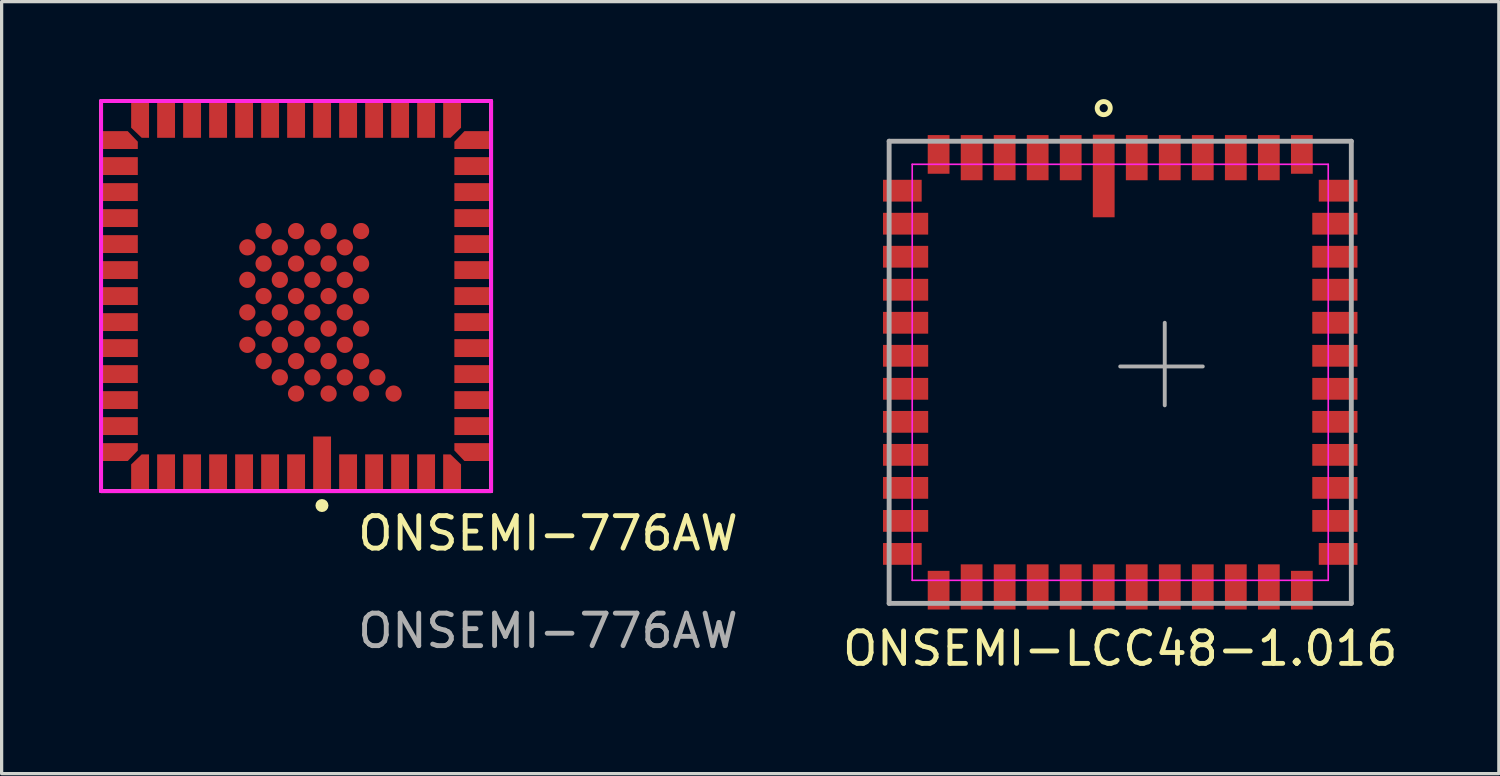
<source format=kicad_pcb>
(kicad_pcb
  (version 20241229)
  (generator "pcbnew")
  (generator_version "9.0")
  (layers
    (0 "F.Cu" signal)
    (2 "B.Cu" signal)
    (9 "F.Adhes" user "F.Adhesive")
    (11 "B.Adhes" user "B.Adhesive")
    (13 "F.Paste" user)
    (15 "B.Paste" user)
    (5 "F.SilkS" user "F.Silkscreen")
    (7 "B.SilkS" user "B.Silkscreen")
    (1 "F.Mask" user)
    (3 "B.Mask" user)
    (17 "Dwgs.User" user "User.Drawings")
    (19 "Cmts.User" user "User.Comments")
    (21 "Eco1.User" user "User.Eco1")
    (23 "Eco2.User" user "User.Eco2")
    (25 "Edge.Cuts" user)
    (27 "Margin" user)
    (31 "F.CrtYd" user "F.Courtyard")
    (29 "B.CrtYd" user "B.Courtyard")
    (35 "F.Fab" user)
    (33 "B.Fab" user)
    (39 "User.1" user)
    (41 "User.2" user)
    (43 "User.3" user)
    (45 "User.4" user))
  (footprint "ONSEMI-776AW"
    (layer "F.Cu")
    (at 6.06 6.06)
    (property "Reference" "ONSEMI-776AW" (at 7.75 7.3 0) (unlocked yes) (layer "F.SilkS") (effects (font (size 1 1) (thickness 0.15))))
    (attr through_hole)
    (fp_line (start -6 -6) (end -6 6) (stroke (width 0.12) (type solid)) (layer "F.SilkS"))
    (fp_line (start 6 -6) (end -6 -6) (stroke (width 0.12) (type solid)) (layer "F.SilkS"))
    (fp_line (start 6 -6) (end 6 6) (stroke (width 0.12) (type solid)) (layer "F.SilkS"))
    (fp_line (start 6 6) (end -6 6) (stroke (width 0.12) (type solid)) (layer "F.SilkS"))
    (fp_circle (center 0.796 6.444) (end 0.896 6.444) (stroke (width 0.2) (type solid)) (fill no) (layer "F.SilkS"))
    (fp_line (start -6 -6) (end -6 6) (stroke (width 0.12) (type solid)) (layer "F.CrtYd"))
    (fp_line (start 6 -6) (end -6 -6) (stroke (width 0.12) (type solid)) (layer "F.CrtYd"))
    (fp_line (start 6 -6) (end 6 6) (stroke (width 0.12) (type solid)) (layer "F.CrtYd"))
    (fp_line (start 6 6) (end -6 6) (stroke (width 0.12) (type solid)) (layer "F.CrtYd"))
    (fp_text user "${REFERENCE}" (at 7.75 10.3 0) (unlocked yes) (layer "F.Fab") (effects (font (size 1 1) (thickness 0.15))))
    (pad "1" smd rect (at 0.8 5.16) (size 0.55 1.68) (layers "F.Cu" "F.Mask" "F.Paste"))
    (pad "2" smd rect (at 1.6 5.435) (size 0.55 1.13) (layers "F.Cu" "F.Mask" "F.Paste"))
    (pad "3" smd rect (at 2.4 5.435) (size 0.55 1.13) (layers "F.Cu" "F.Mask" "F.Paste"))
    (pad "4" smd rect (at 3.2 5.435) (size 0.55 1.13) (layers "F.Cu" "F.Mask" "F.Paste"))
    (pad "5" smd rect (at 4 5.435) (size 0.55 1.13) (layers "F.Cu" "F.Mask" "F.Paste"))
    (pad "6" smd custom (at 4.8 5.59 180) (size 0.55 0.82) (layers "F.Cu" "F.Mask" "F.Paste") (options (anchor rect)) (primitives (gr_poly (pts (xy 0.275 0.41) (xy -0.275 0.41) (xy 0.05 0.72) (xy 0.275 0.72)) (width 0) (fill yes))))
    (pad "7" smd custom (at 5.59 4.8 270) (size 0.55 0.82) (layers "F.Cu" "F.Mask" "F.Paste") (options (anchor rect)) (primitives (gr_poly (pts (xy -0.275 0.41) (xy 0.275 0.41) (xy -0.05 0.72) (xy -0.275 0.72)) (width 0) (fill yes))))
    (pad "8" smd rect (at 5.435 4) (size 1.13 0.55) (layers "F.Cu" "F.Mask" "F.Paste"))
    (pad "9" smd rect (at 5.435 3.2) (size 1.13 0.55) (layers "F.Cu" "F.Mask" "F.Paste"))
    (pad "10" smd rect (at 5.435 2.4) (size 1.13 0.55) (layers "F.Cu" "F.Mask" "F.Paste"))
    (pad "11" smd rect (at 5.435 1.6) (size 1.13 0.55) (layers "F.Cu" "F.Mask" "F.Paste"))
    (pad "12" smd rect (at 5.435 0.8) (size 1.13 0.55) (layers "F.Cu" "F.Mask" "F.Paste"))
    (pad "13" smd rect (at 5.435 0) (size 1.13 0.55) (layers "F.Cu" "F.Mask" "F.Paste"))
    (pad "14" smd rect (at 5.435 -0.8) (size 1.13 0.55) (layers "F.Cu" "F.Mask" "F.Paste"))
    (pad "15" smd rect (at 5.435 -1.6) (size 1.13 0.55) (layers "F.Cu" "F.Mask" "F.Paste"))
    (pad "16" smd rect (at 5.435 -2.4) (size 1.13 0.55) (layers "F.Cu" "F.Mask" "F.Paste"))
    (pad "17" smd rect (at 5.435 -3.2) (size 1.13 0.55) (layers "F.Cu" "F.Mask" "F.Paste"))
    (pad "18" smd rect (at 5.435 -4) (size 1.13 0.55) (layers "F.Cu" "F.Mask" "F.Paste"))
    (pad "19" smd custom (at 5.59 -4.8 270) (size 0.55 0.82) (layers "F.Cu" "F.Mask" "F.Paste") (options (anchor rect)) (primitives (gr_poly (pts (xy 0.275 0.41) (xy -0.275 0.41) (xy 0.05 0.72) (xy 0.275 0.72)) (width 0) (fill yes))))
    (pad "20" smd custom (at 4.8 -5.59) (size 0.55 0.82) (layers "F.Cu" "F.Mask" "F.Paste") (options (anchor rect)) (primitives (gr_poly (pts (xy -0.275 0.41) (xy 0.275 0.41) (xy -0.05 0.72) (xy -0.275 0.72)) (width 0) (fill yes))))
    (pad "21" smd rect (at 4 -5.435) (size 0.55 1.13) (layers "F.Cu" "F.Mask" "F.Paste"))
    (pad "22" smd rect (at 3.2 -5.435) (size 0.55 1.13) (layers "F.Cu" "F.Mask" "F.Paste"))
    (pad "23" smd rect (at 2.4 -5.435) (size 0.55 1.13) (layers "F.Cu" "F.Mask" "F.Paste"))
    (pad "24" smd rect (at 1.6 -5.435) (size 0.55 1.13) (layers "F.Cu" "F.Mask" "F.Paste"))
    (pad "25" smd rect (at 0.8 -5.435) (size 0.55 1.13) (layers "F.Cu" "F.Mask" "F.Paste"))
    (pad "26" smd rect (at 0 -5.435) (size 0.55 1.13) (layers "F.Cu" "F.Mask" "F.Paste"))
    (pad "27" smd rect (at -0.8 -5.435) (size 0.55 1.13) (layers "F.Cu" "F.Mask" "F.Paste"))
    (pad "28" smd rect (at -1.6 -5.435) (size 0.55 1.13) (layers "F.Cu" "F.Mask" "F.Paste"))
    (pad "29" smd rect (at -2.4 -5.435) (size 0.55 1.13) (layers "F.Cu" "F.Mask" "F.Paste"))
    (pad "30" smd rect (at -3.2 -5.435) (size 0.55 1.13) (layers "F.Cu" "F.Mask" "F.Paste"))
    (pad "31" smd rect (at -4 -5.435) (size 0.55 1.13) (layers "F.Cu" "F.Mask" "F.Paste"))
    (pad "32" smd custom (at -4.8 -5.59) (size 0.55 0.82) (layers "F.Cu" "F.Mask" "F.Paste") (options (anchor rect)) (primitives (gr_poly (pts (xy 0.275 0.41) (xy -0.275 0.41) (xy 0.05 0.72) (xy 0.275 0.72)) (width 0) (fill yes))))
    (pad "33" smd custom (at -5.59 -4.8 90) (size 0.55 0.82) (layers "F.Cu" "F.Mask" "F.Paste") (options (anchor rect)) (primitives (gr_poly (pts (xy -0.275 0.41) (xy 0.275 0.41) (xy -0.05 0.72) (xy -0.275 0.72)) (width 0) (fill yes))))
    (pad "34" smd rect (at -5.435 -4) (size 1.13 0.55) (layers "F.Cu" "F.Mask" "F.Paste"))
    (pad "35" smd rect (at -5.435 -3.2) (size 1.13 0.55) (layers "F.Cu" "F.Mask" "F.Paste"))
    (pad "36" smd rect (at -5.435 -2.4) (size 1.13 0.55) (layers "F.Cu" "F.Mask" "F.Paste"))
    (pad "37" smd rect (at -5.435 -1.6) (size 1.13 0.55) (layers "F.Cu" "F.Mask" "F.Paste"))
    (pad "38" smd rect (at -5.435 -0.8) (size 1.13 0.55) (layers "F.Cu" "F.Mask" "F.Paste"))
    (pad "39" smd rect (at -5.435 0) (size 1.13 0.55) (layers "F.Cu" "F.Mask" "F.Paste"))
    (pad "40" smd rect (at -5.435 0.8) (size 1.13 0.55) (layers "F.Cu" "F.Mask" "F.Paste"))
    (pad "41" smd rect (at -5.435 1.6) (size 1.13 0.55) (layers "F.Cu" "F.Mask" "F.Paste"))
    (pad "42" smd rect (at -5.435 2.4) (size 1.13 0.55) (layers "F.Cu" "F.Mask" "F.Paste"))
    (pad "43" smd rect (at -5.435 3.2) (size 1.13 0.55) (layers "F.Cu" "F.Mask" "F.Paste"))
    (pad "44" smd rect (at -5.435 4) (size 1.13 0.55) (layers "F.Cu" "F.Mask" "F.Paste"))
    (pad "45" smd custom (at -5.59 4.8 90) (size 0.55 0.82) (layers "F.Cu" "F.Mask" "F.Paste") (options (anchor rect)) (primitives (gr_poly (pts (xy 0.275 0.41) (xy -0.275 0.41) (xy 0.05 0.72) (xy 0.275 0.72)) (width 0) (fill yes))))
    (pad "46" smd custom (at -4.8 5.59 180) (size 0.55 0.82) (layers "F.Cu" "F.Mask" "F.Paste") (options (anchor rect)) (primitives (gr_poly (pts (xy -0.275 0.41) (xy 0.275 0.41) (xy -0.05 0.72) (xy -0.275 0.72)) (width 0) (fill yes))))
    (pad "47" smd rect (at -4 5.435) (size 0.55 1.13) (layers "F.Cu" "F.Mask" "F.Paste"))
    (pad "48" smd rect (at -3.2 5.435) (size 0.55 1.13) (layers "F.Cu" "F.Mask" "F.Paste"))
    (pad "49" smd rect (at -2.4 5.435) (size 0.55 1.13) (layers "F.Cu" "F.Mask" "F.Paste"))
    (pad "50" smd rect (at -1.6 5.435) (size 0.55 1.13) (layers "F.Cu" "F.Mask" "F.Paste"))
    (pad "51" smd rect (at -0.8 5.435) (size 0.55 1.13) (layers "F.Cu" "F.Mask" "F.Paste"))
    (pad "52" smd rect (at 0 5.435) (size 0.55 1.13) (layers "F.Cu" "F.Mask" "F.Paste"))
    (pad "53" smd circle (at -1.5 -1.5) (size 0.5 0.5) (layers "F.Cu" "F.Mask" "F.Paste"))
    (pad "53" smd circle (at -1.5 -0.5) (size 0.5 0.5) (layers "F.Cu" "F.Mask" "F.Paste"))
    (pad "53" smd circle (at -1.5 0.5) (size 0.5 0.5) (layers "F.Cu" "F.Mask" "F.Paste"))
    (pad "53" smd circle (at -1.5 1.5) (size 0.5 0.5) (layers "F.Cu" "F.Mask" "F.Paste"))
    (pad "53" smd circle (at -1 -2) (size 0.5 0.5) (layers "F.Cu" "F.Mask" "F.Paste"))
    (pad "53" smd circle (at -1 -1) (size 0.5 0.5) (layers "F.Cu" "F.Mask" "F.Paste"))
    (pad "53" smd circle (at -1 0) (size 0.5 0.5) (layers "F.Cu" "F.Mask" "F.Paste"))
    (pad "53" smd circle (at -1 1) (size 0.5 0.5) (layers "F.Cu" "F.Mask" "F.Paste"))
    (pad "53" smd circle (at -1 2) (size 0.5 0.5) (layers "F.Cu" "F.Mask" "F.Paste"))
    (pad "53" smd circle (at -0.5 -1.5) (size 0.5 0.5) (layers "F.Cu" "F.Mask" "F.Paste"))
    (pad "53" smd circle (at -0.5 -0.5) (size 0.5 0.5) (layers "F.Cu" "F.Mask" "F.Paste"))
    (pad "53" smd circle (at -0.5 0.5) (size 0.5 0.5) (layers "F.Cu" "F.Mask" "F.Paste"))
    (pad "53" smd circle (at -0.5 1.5) (size 0.5 0.5) (layers "F.Cu" "F.Mask" "F.Paste"))
    (pad "53" smd circle (at -0.5 2.5) (size 0.5 0.5) (layers "F.Cu" "F.Mask" "F.Paste"))
    (pad "53" smd circle (at 0 -2) (size 0.5 0.5) (layers "F.Cu" "F.Mask" "F.Paste"))
    (pad "53" smd circle (at 0 -1) (size 0.5 0.5) (layers "F.Cu" "F.Mask" "F.Paste"))
    (pad "53" smd circle (at 0 0) (size 0.5 0.5) (layers "F.Cu" "F.Mask" "F.Paste"))
    (pad "53" smd circle (at 0 1) (size 0.5 0.5) (layers "F.Cu" "F.Mask" "F.Paste"))
    (pad "53" smd circle (at 0 2) (size 0.5 0.5) (layers "F.Cu" "F.Mask" "F.Paste"))
    (pad "53" smd circle (at 0 3) (size 0.5 0.5) (layers "F.Cu" "F.Mask" "F.Paste"))
    (pad "53" smd circle (at 0.5 -1.5) (size 0.5 0.5) (layers "F.Cu" "F.Mask" "F.Paste"))
    (pad "53" smd circle (at 0.5 -0.5) (size 0.5 0.5) (layers "F.Cu" "F.Mask" "F.Paste"))
    (pad "53" smd circle (at 0.5 0.5) (size 0.5 0.5) (layers "F.Cu" "F.Mask" "F.Paste"))
    (pad "53" smd circle (at 0.5 1.5) (size 0.5 0.5) (layers "F.Cu" "F.Mask" "F.Paste"))
    (pad "53" smd circle (at 0.5 2.5) (size 0.5 0.5) (layers "F.Cu" "F.Mask" "F.Paste"))
    (pad "53" smd circle (at 1 -2) (size 0.5 0.5) (layers "F.Cu" "F.Mask" "F.Paste"))
    (pad "53" smd circle (at 1 -1) (size 0.5 0.5) (layers "F.Cu" "F.Mask" "F.Paste"))
    (pad "53" smd circle (at 1 0) (size 0.5 0.5) (layers "F.Cu" "F.Mask" "F.Paste"))
    (pad "53" smd circle (at 1 1) (size 0.5 0.5) (layers "F.Cu" "F.Mask" "F.Paste"))
    (pad "53" smd circle (at 1 2) (size 0.5 0.5) (layers "F.Cu" "F.Mask" "F.Paste"))
    (pad "53" smd circle (at 1 3) (size 0.5 0.5) (layers "F.Cu" "F.Mask" "F.Paste"))
    (pad "53" smd circle (at 1.5 -1.5) (size 0.5 0.5) (layers "F.Cu" "F.Mask" "F.Paste"))
    (pad "53" smd circle (at 1.5 -0.5) (size 0.5 0.5) (layers "F.Cu" "F.Mask" "F.Paste"))
    (pad "53" smd circle (at 1.5 0.5) (size 0.5 0.5) (layers "F.Cu" "F.Mask" "F.Paste"))
    (pad "53" smd circle (at 1.5 1.5) (size 0.5 0.5) (layers "F.Cu" "F.Mask" "F.Paste"))
    (pad "53" smd circle (at 1.5 2.5) (size 0.5 0.5) (layers "F.Cu" "F.Mask" "F.Paste"))
    (pad "53" smd circle (at 2 -2) (size 0.5 0.5) (layers "F.Cu" "F.Mask" "F.Paste"))
    (pad "53" smd circle (at 2 -1) (size 0.5 0.5) (layers "F.Cu" "F.Mask" "F.Paste"))
    (pad "53" smd circle (at 2 0) (size 0.5 0.5) (layers "F.Cu" "F.Mask" "F.Paste"))
    (pad "53" smd circle (at 2 1) (size 0.5 0.5) (layers "F.Cu" "F.Mask" "F.Paste"))
    (pad "53" smd circle (at 2 2) (size 0.5 0.5) (layers "F.Cu" "F.Mask" "F.Paste"))
    (pad "53" smd circle (at 2 3) (size 0.5 0.5) (layers "F.Cu" "F.Mask" "F.Paste"))
    (pad "53" smd circle (at 2.5 2.5) (size 0.5 0.5) (layers "F.Cu" "F.Mask" "F.Paste"))
    (pad "53" smd circle (at 3 3) (size 0.5 0.5) (layers "F.Cu" "F.Mask" "F.Paste")))
  (footprint "ONSEMI-LCC48-1.016"
    (layer "F.Cu")
    (at 31.417 8.405)
    (property "Reference" "ONSEMI-LCC48-1.016" (at 0 8.5 0) (layer "F.SilkS") (effects (font (size 1 1) (thickness 0.15))))
    (attr smd)
    (fp_circle (center -0.508 -8.128) (end -0.308 -8.1) (stroke (width 0.15) (type solid)) (fill no) (layer "F.SilkS"))
    (fp_line (start -6.4 -6.4) (end 6.4 -6.4) (stroke (width 0.05) (type solid)) (layer "F.CrtYd"))
    (fp_line (start -6.4 6.4) (end -6.4 -6.4) (stroke (width 0.05) (type solid)) (layer "F.CrtYd"))
    (fp_line (start 6.4 -6.4) (end 6.4 6.4) (stroke (width 0.05) (type solid)) (layer "F.CrtYd"))
    (fp_line (start 6.4 6.4) (end -6.4 6.4) (stroke (width 0.05) (type solid)) (layer "F.CrtYd"))
    (fp_line (start -7.11 -7.11) (end -7.11 7.11) (stroke (width 0.15) (type solid)) (layer "F.Fab"))
    (fp_line (start -7.11 -7.11) (end 7.11 -7.11) (stroke (width 0.15) (type solid)) (layer "F.Fab"))
    (fp_line (start -7.11 7.11) (end 7.11 7.11) (stroke (width 0.15) (type solid)) (layer "F.Fab"))
    (fp_line (start 0 -0.18) (end 2.54 -0.18) (stroke (width 0.12) (type solid)) (layer "F.Fab"))
    (fp_line (start 1.37 -1.524) (end 1.37 1.016) (stroke (width 0.12) (type solid)) (layer "F.Fab"))
    (fp_line (start 7.11 7.11) (end 7.11 -7.11) (stroke (width 0.15) (type solid)) (layer "F.Fab"))
    (pad "1" smd rect (at -0.508 -6.04) (size 0.67 2.54) (layers "F.Cu" "F.Mask" "F.Paste"))
    (pad "2" smd rect (at -1.524 -6.604) (size 0.67 1.39) (layers "F.Cu" "F.Mask" "F.Paste"))
    (pad "3" smd rect (at -2.54 -6.604) (size 0.67 1.39) (layers "F.Cu" "F.Mask" "F.Paste"))
    (pad "4" smd rect (at -3.556 -6.604) (size 0.67 1.39) (layers "F.Cu" "F.Mask" "F.Paste"))
    (pad "5" smd rect (at -4.572 -6.604) (size 0.67 1.39) (layers "F.Cu" "F.Mask" "F.Paste"))
    (pad "6" smd rect (at -5.588 -6.704) (size 0.67 1.19) (layers "F.Cu" "F.Mask" "F.Paste"))
    (pad "7" smd rect (at -6.704 -5.588 90) (size 0.67 1.19) (layers "F.Cu" "F.Mask" "F.Paste"))
    (pad "8" smd rect (at -6.604 -4.572 90) (size 0.67 1.39) (layers "F.Cu" "F.Mask" "F.Paste"))
    (pad "9" smd rect (at -6.604 -3.556 90) (size 0.67 1.39) (layers "F.Cu" "F.Mask" "F.Paste"))
    (pad "10" smd rect (at -6.604 -2.54 90) (size 0.67 1.39) (layers "F.Cu" "F.Mask" "F.Paste"))
    (pad "11" smd rect (at -6.604 -1.524 90) (size 0.67 1.39) (layers "F.Cu" "F.Mask" "F.Paste"))
    (pad "12" smd rect (at -6.604 -0.508 90) (size 0.67 1.39) (layers "F.Cu" "F.Mask" "F.Paste"))
    (pad "13" smd rect (at -6.604 0.508 90) (size 0.67 1.39) (layers "F.Cu" "F.Mask" "F.Paste"))
    (pad "14" smd rect (at -6.604 1.524 90) (size 0.67 1.39) (layers "F.Cu" "F.Mask" "F.Paste"))
    (pad "15" smd rect (at -6.604 2.54 90) (size 0.67 1.39) (layers "F.Cu" "F.Mask" "F.Paste"))
    (pad "16" smd rect (at -6.604 3.556 90) (size 0.67 1.39) (layers "F.Cu" "F.Mask" "F.Paste"))
    (pad "17" smd rect (at -6.604 4.572 90) (size 0.67 1.39) (layers "F.Cu" "F.Mask" "F.Paste"))
    (pad "18" smd rect (at -6.704 5.588 90) (size 0.67 1.19) (layers "F.Cu" "F.Mask" "F.Paste"))
    (pad "19" smd rect (at -5.588 6.704 180) (size 0.67 1.19) (layers "F.Cu" "F.Mask" "F.Paste"))
    (pad "20" smd rect (at -4.572 6.604 180) (size 0.67 1.39) (layers "F.Cu" "F.Mask" "F.Paste"))
    (pad "21" smd rect (at -3.556 6.604 180) (size 0.67 1.39) (layers "F.Cu" "F.Mask" "F.Paste"))
    (pad "22" smd rect (at -2.54 6.604 180) (size 0.67 1.39) (layers "F.Cu" "F.Mask" "F.Paste"))
    (pad "23" smd rect (at -1.524 6.604 180) (size 0.67 1.39) (layers "F.Cu" "F.Mask" "F.Paste"))
    (pad "24" smd rect (at -0.508 6.604 180) (size 0.67 1.39) (layers "F.Cu" "F.Mask" "F.Paste"))
    (pad "25" smd rect (at 0.508 6.604 180) (size 0.67 1.39) (layers "F.Cu" "F.Mask" "F.Paste"))
    (pad "26" smd rect (at 1.524 6.604 180) (size 0.67 1.39) (layers "F.Cu" "F.Mask" "F.Paste"))
    (pad "27" smd rect (at 2.54 6.604 180) (size 0.67 1.39) (layers "F.Cu" "F.Mask" "F.Paste"))
    (pad "28" smd rect (at 3.556 6.604 180) (size 0.67 1.39) (layers "F.Cu" "F.Mask" "F.Paste"))
    (pad "29" smd rect (at 4.572 6.604 180) (size 0.67 1.39) (layers "F.Cu" "F.Mask" "F.Paste"))
    (pad "30" smd rect (at 5.588 6.704 180) (size 0.67 1.19) (layers "F.Cu" "F.Mask" "F.Paste"))
    (pad "31" smd rect (at 6.704 5.588 90) (size 0.67 1.19) (layers "F.Cu" "F.Mask" "F.Paste"))
    (pad "32" smd rect (at 6.604 4.572 90) (size 0.67 1.39) (layers "F.Cu" "F.Mask" "F.Paste"))
    (pad "33" smd rect (at 6.604 3.556 90) (size 0.67 1.39) (layers "F.Cu" "F.Mask" "F.Paste"))
    (pad "34" smd rect (at 6.604 2.54 90) (size 0.67 1.39) (layers "F.Cu" "F.Mask" "F.Paste"))
    (pad "35" smd rect (at 6.604 1.524 90) (size 0.67 1.39) (layers "F.Cu" "F.Mask" "F.Paste"))
    (pad "36" smd rect (at 6.604 0.508 90) (size 0.67 1.39) (layers "F.Cu" "F.Mask" "F.Paste"))
    (pad "37" smd rect (at 6.604 -0.508 90) (size 0.67 1.39) (layers "F.Cu" "F.Mask" "F.Paste"))
    (pad "38" smd rect (at 6.604 -1.524 90) (size 0.67 1.39) (layers "F.Cu" "F.Mask" "F.Paste"))
    (pad "39" smd rect (at 6.604 -2.54 90) (size 0.67 1.39) (layers "F.Cu" "F.Mask" "F.Paste"))
    (pad "40" smd rect (at 6.604 -3.556 90) (size 0.67 1.39) (layers "F.Cu" "F.Mask" "F.Paste"))
    (pad "41" smd rect (at 6.604 -4.572 90) (size 0.67 1.39) (layers "F.Cu" "F.Mask" "F.Paste"))
    (pad "42" smd rect (at 6.704 -5.588 90) (size 0.67 1.19) (layers "F.Cu" "F.Mask" "F.Paste"))
    (pad "43" smd rect (at 5.588 -6.704 180) (size 0.67 1.19) (layers "F.Cu" "F.Mask" "F.Paste"))
    (pad "44" smd rect (at 4.572 -6.604 180) (size 0.67 1.39) (layers "F.Cu" "F.Mask" "F.Paste"))
    (pad "45" smd rect (at 3.556 -6.604 180) (size 0.67 1.39) (layers "F.Cu" "F.Mask" "F.Paste"))
    (pad "46" smd rect (at 2.54 -6.604 180) (size 0.67 1.39) (layers "F.Cu" "F.Mask" "F.Paste"))
    (pad "47" smd rect (at 1.524 -6.604 180) (size 0.67 1.39) (layers "F.Cu" "F.Mask" "F.Paste"))
    (pad "48" smd rect (at 0.508 -6.604 180) (size 0.67 1.39) (layers "F.Cu" "F.Mask" "F.Paste")))
  (gr_rect
    (start -3 -3)
    (end 43.066 20.753)
    (stroke (width 0.1) (type default))
    (fill no)
    (layer "Edge.Cuts")))
</source>
